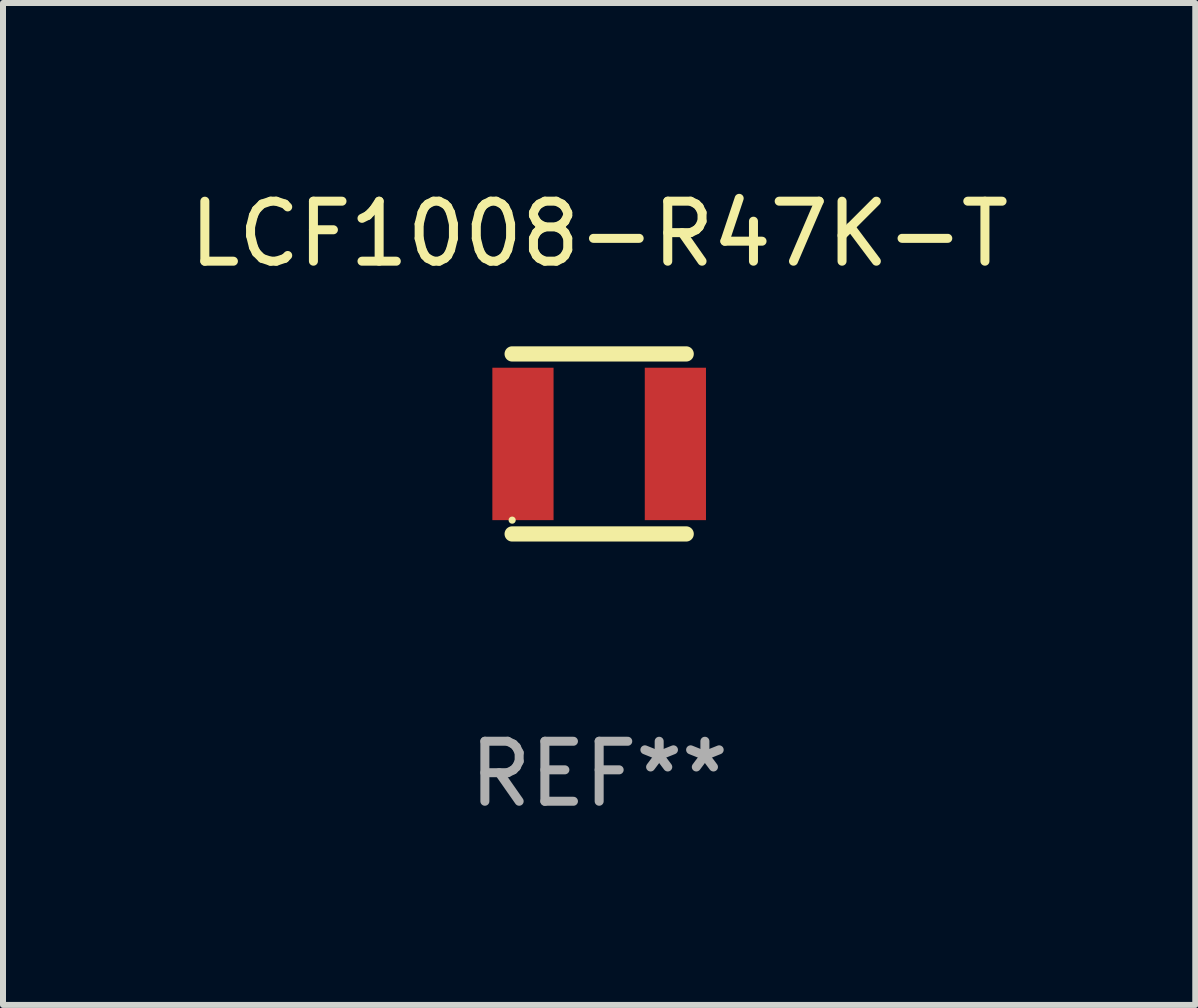
<source format=kicad_pcb>
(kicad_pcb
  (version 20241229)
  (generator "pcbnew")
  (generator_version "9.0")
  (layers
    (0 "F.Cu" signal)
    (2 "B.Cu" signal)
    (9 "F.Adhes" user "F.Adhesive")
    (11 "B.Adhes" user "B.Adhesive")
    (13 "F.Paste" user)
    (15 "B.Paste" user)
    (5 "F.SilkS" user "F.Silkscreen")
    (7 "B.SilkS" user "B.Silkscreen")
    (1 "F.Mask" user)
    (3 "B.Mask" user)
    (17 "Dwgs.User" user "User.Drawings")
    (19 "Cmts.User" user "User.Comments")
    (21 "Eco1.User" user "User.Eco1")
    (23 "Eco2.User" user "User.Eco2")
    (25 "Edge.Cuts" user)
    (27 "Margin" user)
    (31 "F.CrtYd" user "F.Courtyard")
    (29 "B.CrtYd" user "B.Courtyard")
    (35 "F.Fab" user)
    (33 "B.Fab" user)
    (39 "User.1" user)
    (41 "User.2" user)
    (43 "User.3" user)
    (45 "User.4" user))
  (footprint "LCF1008-R47K-T"
    (layer "F.Cu")
    (at 6.935 4.348)
    (property "Reference" "LCF1008-R47K-T" (at 0 -3.5 0) (layer "F.SilkS") (effects (font (size 1 1) (thickness 0.15))))
    (attr through_hole)
    (fp_line (start -1.45 -1.5) (end 1.45 -1.5) (stroke (width 0.254) (type solid)) (layer "F.SilkS"))
    (fp_line (start -1.45 1.5) (end 1.45 1.5) (stroke (width 0.254) (type solid)) (layer "F.SilkS"))
    (fp_circle (center -1.45 1.27) (end -1.42 1.27) (stroke (width 0.06) (type solid)) (fill no) (layer "F.SilkS"))
    (fp_text user "REF**" (at 0 5.5 0) (layer "F.Fab") (effects (font (size 1 1) (thickness 0.15))))
    (pad "1" smd rect (at -1.27 0 90) (size 2.54 1.02) (layers "F.Cu" "F.Mask" "F.Paste"))
    (pad "2" smd rect (at 1.27 0 90) (size 2.54 1.02) (layers "F.Cu" "F.Mask" "F.Paste")))
  (gr_rect
    (start -3 -3)
    (end 16.869 13.697)
    (stroke (width 0.1) (type default))
    (fill no)
    (layer "Edge.Cuts")))
</source>
